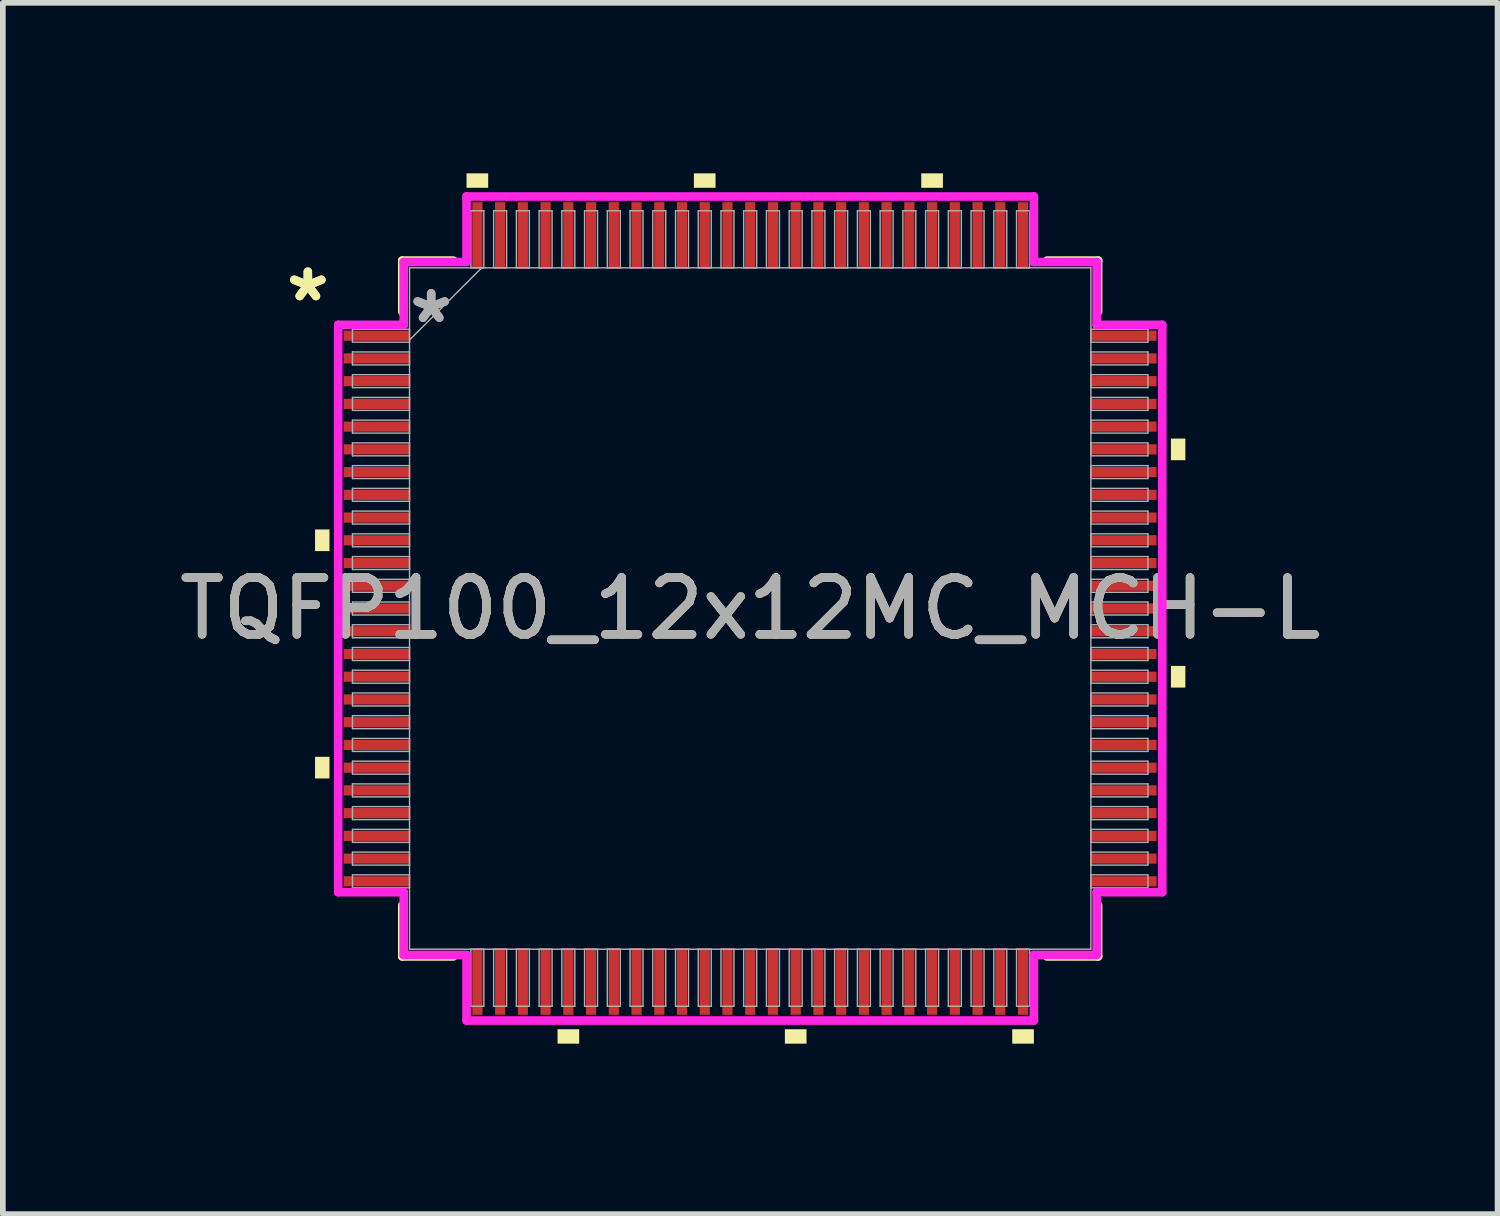
<source format=kicad_pcb>
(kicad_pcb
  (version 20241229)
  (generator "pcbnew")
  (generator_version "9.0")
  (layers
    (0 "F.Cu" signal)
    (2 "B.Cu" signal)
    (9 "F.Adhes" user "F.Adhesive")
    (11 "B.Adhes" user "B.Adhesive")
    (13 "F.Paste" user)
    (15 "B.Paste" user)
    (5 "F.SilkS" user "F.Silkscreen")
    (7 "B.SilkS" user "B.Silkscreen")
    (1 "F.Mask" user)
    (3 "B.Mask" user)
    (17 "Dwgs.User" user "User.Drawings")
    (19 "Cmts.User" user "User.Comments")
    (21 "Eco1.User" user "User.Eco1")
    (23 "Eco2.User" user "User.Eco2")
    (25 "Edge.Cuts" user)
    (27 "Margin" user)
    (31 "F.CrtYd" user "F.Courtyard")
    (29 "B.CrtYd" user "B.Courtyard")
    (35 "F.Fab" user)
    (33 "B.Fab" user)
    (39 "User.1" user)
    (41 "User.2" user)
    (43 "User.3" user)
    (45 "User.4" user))
  (footprint "TQFP100_12x12MC_MCH-L"
    (layer "F.Cu")
    (at 10.149 7.656)
    (property "Reference" "TQFP100_12x12MC_MCH-L" (at 0 0 0) (unlocked yes) (layer "F.SilkS") (effects (font (size 1 1) (thickness 0.15))))
    (attr smd)
    (fp_line (start -6.121 -6.121) (end -6.121 -5.222) (stroke (width 0.152) (type solid)) (layer "F.SilkS"))
    (fp_line (start -6.121 5.222) (end -6.121 6.121) (stroke (width 0.152) (type solid)) (layer "F.SilkS"))
    (fp_line (start -6.121 6.121) (end -5.222 6.121) (stroke (width 0.152) (type solid)) (layer "F.SilkS"))
    (fp_line (start -5.222 -6.121) (end -6.121 -6.121) (stroke (width 0.152) (type solid)) (layer "F.SilkS"))
    (fp_line (start 5.222 6.121) (end 6.121 6.121) (stroke (width 0.152) (type solid)) (layer "F.SilkS"))
    (fp_line (start 6.121 -6.121) (end 5.222 -6.121) (stroke (width 0.152) (type solid)) (layer "F.SilkS"))
    (fp_line (start 6.121 -5.222) (end 6.121 -6.121) (stroke (width 0.152) (type solid)) (layer "F.SilkS"))
    (fp_line (start 6.121 6.121) (end 6.121 5.222) (stroke (width 0.152) (type solid)) (layer "F.SilkS"))
    (fp_poly (pts (xy -7.656 -1.391) (xy -7.656 -1.01) (xy -7.402 -1.01) (xy -7.402 -1.391)) (stroke (width 0) (type solid)) (fill yes) (layer "F.SilkS"))
    (fp_poly (pts (xy -7.656 2.609) (xy -7.656 2.99) (xy -7.402 2.99) (xy -7.402 2.609)) (stroke (width 0) (type solid)) (fill yes) (layer "F.SilkS"))
    (fp_poly (pts (xy -4.991 -7.402) (xy -4.991 -7.656) (xy -4.61 -7.656) (xy -4.61 -7.402)) (stroke (width 0) (type solid)) (fill yes) (layer "F.SilkS"))
    (fp_poly (pts (xy -3.39 7.402) (xy -3.39 7.656) (xy -3.009 7.656) (xy -3.009 7.402)) (stroke (width 0) (type solid)) (fill yes) (layer "F.SilkS"))
    (fp_poly (pts (xy -0.991 -7.402) (xy -0.991 -7.656) (xy -0.61 -7.656) (xy -0.61 -7.402)) (stroke (width 0) (type solid)) (fill yes) (layer "F.SilkS"))
    (fp_poly (pts (xy 0.61 7.402) (xy 0.61 7.656) (xy 0.991 7.656) (xy 0.991 7.402)) (stroke (width 0) (type solid)) (fill yes) (layer "F.SilkS"))
    (fp_poly (pts (xy 3.009 -7.402) (xy 3.009 -7.656) (xy 3.39 -7.656) (xy 3.39 -7.402)) (stroke (width 0) (type solid)) (fill yes) (layer "F.SilkS"))
    (fp_poly (pts (xy 4.61 7.402) (xy 4.61 7.656) (xy 4.991 7.656) (xy 4.991 7.402)) (stroke (width 0) (type solid)) (fill yes) (layer "F.SilkS"))
    (fp_poly (pts (xy 7.656 -2.99) (xy 7.656 -2.609) (xy 7.402 -2.609) (xy 7.402 -2.99)) (stroke (width 0) (type solid)) (fill yes) (layer "F.SilkS"))
    (fp_poly (pts (xy 7.656 1.01) (xy 7.656 1.391) (xy 7.402 1.391) (xy 7.402 1.01)) (stroke (width 0) (type solid)) (fill yes) (layer "F.SilkS"))
    (fp_line (start -7.249 -4.991) (end -6.096 -4.991) (stroke (width 0.152) (type solid)) (layer "F.CrtYd"))
    (fp_line (start -7.249 4.991) (end -7.249 -4.991) (stroke (width 0.152) (type solid)) (layer "F.CrtYd"))
    (fp_line (start -6.096 -6.096) (end -4.991 -6.096) (stroke (width 0.152) (type solid)) (layer "F.CrtYd"))
    (fp_line (start -6.096 -4.991) (end -6.096 -6.096) (stroke (width 0.152) (type solid)) (layer "F.CrtYd"))
    (fp_line (start -6.096 4.991) (end -7.249 4.991) (stroke (width 0.152) (type solid)) (layer "F.CrtYd"))
    (fp_line (start -6.096 6.096) (end -6.096 4.991) (stroke (width 0.152) (type solid)) (layer "F.CrtYd"))
    (fp_line (start -6.096 6.096) (end -4.991 6.096) (stroke (width 0.152) (type solid)) (layer "F.CrtYd"))
    (fp_line (start -4.991 -7.249) (end 4.991 -7.249) (stroke (width 0.152) (type solid)) (layer "F.CrtYd"))
    (fp_line (start -4.991 -6.096) (end -4.991 -7.249) (stroke (width 0.152) (type solid)) (layer "F.CrtYd"))
    (fp_line (start -4.991 6.096) (end -4.991 7.249) (stroke (width 0.152) (type solid)) (layer "F.CrtYd"))
    (fp_line (start -4.991 7.249) (end 4.991 7.249) (stroke (width 0.152) (type solid)) (layer "F.CrtYd"))
    (fp_line (start 4.991 -7.249) (end 4.991 -6.096) (stroke (width 0.152) (type solid)) (layer "F.CrtYd"))
    (fp_line (start 4.991 -6.096) (end 6.096 -6.096) (stroke (width 0.152) (type solid)) (layer "F.CrtYd"))
    (fp_line (start 4.991 6.096) (end 6.096 6.096) (stroke (width 0.152) (type solid)) (layer "F.CrtYd"))
    (fp_line (start 4.991 7.249) (end 4.991 6.096) (stroke (width 0.152) (type solid)) (layer "F.CrtYd"))
    (fp_line (start 6.096 -4.991) (end 6.096 -6.096) (stroke (width 0.152) (type solid)) (layer "F.CrtYd"))
    (fp_line (start 6.096 4.991) (end 7.249 4.991) (stroke (width 0.152) (type solid)) (layer "F.CrtYd"))
    (fp_line (start 6.096 6.096) (end 6.096 4.991) (stroke (width 0.152) (type solid)) (layer "F.CrtYd"))
    (fp_line (start 7.249 -4.991) (end 6.096 -4.991) (stroke (width 0.152) (type solid)) (layer "F.CrtYd"))
    (fp_line (start 7.249 4.991) (end 7.249 -4.991) (stroke (width 0.152) (type solid)) (layer "F.CrtYd"))
    (fp_line (start -6.998 -4.914) (end -6.998 -4.686) (stroke (width 0.025) (type solid)) (layer "F.Fab"))
    (fp_line (start -6.998 -4.686) (end -5.994 -4.686) (stroke (width 0.025) (type solid)) (layer "F.Fab"))
    (fp_line (start -6.998 -4.514) (end -6.998 -4.286) (stroke (width 0.025) (type solid)) (layer "F.Fab"))
    (fp_line (start -6.998 -4.286) (end -5.994 -4.286) (stroke (width 0.025) (type solid)) (layer "F.Fab"))
    (fp_line (start -6.998 -4.114) (end -6.998 -3.886) (stroke (width 0.025) (type solid)) (layer "F.Fab"))
    (fp_line (start -6.998 -3.886) (end -5.994 -3.886) (stroke (width 0.025) (type solid)) (layer "F.Fab"))
    (fp_line (start -6.998 -3.714) (end -6.998 -3.486) (stroke (width 0.025) (type solid)) (layer "F.Fab"))
    (fp_line (start -6.998 -3.486) (end -5.994 -3.486) (stroke (width 0.025) (type solid)) (layer "F.Fab"))
    (fp_line (start -6.998 -3.314) (end -6.998 -3.086) (stroke (width 0.025) (type solid)) (layer "F.Fab"))
    (fp_line (start -6.998 -3.086) (end -5.994 -3.086) (stroke (width 0.025) (type solid)) (layer "F.Fab"))
    (fp_line (start -6.998 -2.914) (end -6.998 -2.686) (stroke (width 0.025) (type solid)) (layer "F.Fab"))
    (fp_line (start -6.998 -2.686) (end -5.994 -2.686) (stroke (width 0.025) (type solid)) (layer "F.Fab"))
    (fp_line (start -6.998 -2.514) (end -6.998 -2.286) (stroke (width 0.025) (type solid)) (layer "F.Fab"))
    (fp_line (start -6.998 -2.286) (end -5.994 -2.286) (stroke (width 0.025) (type solid)) (layer "F.Fab"))
    (fp_line (start -6.998 -2.114) (end -6.998 -1.886) (stroke (width 0.025) (type solid)) (layer "F.Fab"))
    (fp_line (start -6.998 -1.886) (end -5.994 -1.886) (stroke (width 0.025) (type solid)) (layer "F.Fab"))
    (fp_line (start -6.998 -1.714) (end -6.998 -1.486) (stroke (width 0.025) (type solid)) (layer "F.Fab"))
    (fp_line (start -6.998 -1.486) (end -5.994 -1.486) (stroke (width 0.025) (type solid)) (layer "F.Fab"))
    (fp_line (start -6.998 -1.314) (end -6.998 -1.086) (stroke (width 0.025) (type solid)) (layer "F.Fab"))
    (fp_line (start -6.998 -1.086) (end -5.994 -1.086) (stroke (width 0.025) (type solid)) (layer "F.Fab"))
    (fp_line (start -6.998 -0.914) (end -6.998 -0.686) (stroke (width 0.025) (type solid)) (layer "F.Fab"))
    (fp_line (start -6.998 -0.686) (end -5.994 -0.686) (stroke (width 0.025) (type solid)) (layer "F.Fab"))
    (fp_line (start -6.998 -0.514) (end -6.998 -0.286) (stroke (width 0.025) (type solid)) (layer "F.Fab"))
    (fp_line (start -6.998 -0.286) (end -5.994 -0.286) (stroke (width 0.025) (type solid)) (layer "F.Fab"))
    (fp_line (start -6.998 -0.114) (end -6.998 0.114) (stroke (width 0.025) (type solid)) (layer "F.Fab"))
    (fp_line (start -6.998 0.114) (end -5.994 0.114) (stroke (width 0.025) (type solid)) (layer "F.Fab"))
    (fp_line (start -6.998 0.286) (end -6.998 0.514) (stroke (width 0.025) (type solid)) (layer "F.Fab"))
    (fp_line (start -6.998 0.514) (end -5.994 0.514) (stroke (width 0.025) (type solid)) (layer "F.Fab"))
    (fp_line (start -6.998 0.686) (end -6.998 0.914) (stroke (width 0.025) (type solid)) (layer "F.Fab"))
    (fp_line (start -6.998 0.914) (end -5.994 0.914) (stroke (width 0.025) (type solid)) (layer "F.Fab"))
    (fp_line (start -6.998 1.086) (end -6.998 1.314) (stroke (width 0.025) (type solid)) (layer "F.Fab"))
    (fp_line (start -6.998 1.314) (end -5.994 1.314) (stroke (width 0.025) (type solid)) (layer "F.Fab"))
    (fp_line (start -6.998 1.486) (end -6.998 1.714) (stroke (width 0.025) (type solid)) (layer "F.Fab"))
    (fp_line (start -6.998 1.714) (end -5.994 1.714) (stroke (width 0.025) (type solid)) (layer "F.Fab"))
    (fp_line (start -6.998 1.886) (end -6.998 2.114) (stroke (width 0.025) (type solid)) (layer "F.Fab"))
    (fp_line (start -6.998 2.114) (end -5.994 2.114) (stroke (width 0.025) (type solid)) (layer "F.Fab"))
    (fp_line (start -6.998 2.286) (end -6.998 2.514) (stroke (width 0.025) (type solid)) (layer "F.Fab"))
    (fp_line (start -6.998 2.514) (end -5.994 2.514) (stroke (width 0.025) (type solid)) (layer "F.Fab"))
    (fp_line (start -6.998 2.686) (end -6.998 2.914) (stroke (width 0.025) (type solid)) (layer "F.Fab"))
    (fp_line (start -6.998 2.914) (end -5.994 2.914) (stroke (width 0.025) (type solid)) (layer "F.Fab"))
    (fp_line (start -6.998 3.086) (end -6.998 3.314) (stroke (width 0.025) (type solid)) (layer "F.Fab"))
    (fp_line (start -6.998 3.314) (end -5.994 3.314) (stroke (width 0.025) (type solid)) (layer "F.Fab"))
    (fp_line (start -6.998 3.486) (end -6.998 3.714) (stroke (width 0.025) (type solid)) (layer "F.Fab"))
    (fp_line (start -6.998 3.714) (end -5.994 3.714) (stroke (width 0.025) (type solid)) (layer "F.Fab"))
    (fp_line (start -6.998 3.886) (end -6.998 4.114) (stroke (width 0.025) (type solid)) (layer "F.Fab"))
    (fp_line (start -6.998 4.114) (end -5.994 4.114) (stroke (width 0.025) (type solid)) (layer "F.Fab"))
    (fp_line (start -6.998 4.286) (end -6.998 4.514) (stroke (width 0.025) (type solid)) (layer "F.Fab"))
    (fp_line (start -6.998 4.514) (end -5.994 4.514) (stroke (width 0.025) (type solid)) (layer "F.Fab"))
    (fp_line (start -6.998 4.686) (end -6.998 4.914) (stroke (width 0.025) (type solid)) (layer "F.Fab"))
    (fp_line (start -6.998 4.914) (end -5.994 4.914) (stroke (width 0.025) (type solid)) (layer "F.Fab"))
    (fp_line (start -5.994 -5.994) (end -5.994 5.994) (stroke (width 0.025) (type solid)) (layer "F.Fab"))
    (fp_line (start -5.994 -4.914) (end -6.998 -4.914) (stroke (width 0.025) (type solid)) (layer "F.Fab"))
    (fp_line (start -5.994 -4.724) (end -4.724 -5.994) (stroke (width 0.025) (type solid)) (layer "F.Fab"))
    (fp_line (start -5.994 -4.686) (end -5.994 -4.914) (stroke (width 0.025) (type solid)) (layer "F.Fab"))
    (fp_line (start -5.994 -4.514) (end -6.998 -4.514) (stroke (width 0.025) (type solid)) (layer "F.Fab"))
    (fp_line (start -5.994 -4.286) (end -5.994 -4.514) (stroke (width 0.025) (type solid)) (layer "F.Fab"))
    (fp_line (start -5.994 -4.114) (end -6.998 -4.114) (stroke (width 0.025) (type solid)) (layer "F.Fab"))
    (fp_line (start -5.994 -3.886) (end -5.994 -4.114) (stroke (width 0.025) (type solid)) (layer "F.Fab"))
    (fp_line (start -5.994 -3.714) (end -6.998 -3.714) (stroke (width 0.025) (type solid)) (layer "F.Fab"))
    (fp_line (start -5.994 -3.486) (end -5.994 -3.714) (stroke (width 0.025) (type solid)) (layer "F.Fab"))
    (fp_line (start -5.994 -3.314) (end -6.998 -3.314) (stroke (width 0.025) (type solid)) (layer "F.Fab"))
    (fp_line (start -5.994 -3.086) (end -5.994 -3.314) (stroke (width 0.025) (type solid)) (layer "F.Fab"))
    (fp_line (start -5.994 -2.914) (end -6.998 -2.914) (stroke (width 0.025) (type solid)) (layer "F.Fab"))
    (fp_line (start -5.994 -2.686) (end -5.994 -2.914) (stroke (width 0.025) (type solid)) (layer "F.Fab"))
    (fp_line (start -5.994 -2.514) (end -6.998 -2.514) (stroke (width 0.025) (type solid)) (layer "F.Fab"))
    (fp_line (start -5.994 -2.286) (end -5.994 -2.514) (stroke (width 0.025) (type solid)) (layer "F.Fab"))
    (fp_line (start -5.994 -2.114) (end -6.998 -2.114) (stroke (width 0.025) (type solid)) (layer "F.Fab"))
    (fp_line (start -5.994 -1.886) (end -5.994 -2.114) (stroke (width 0.025) (type solid)) (layer "F.Fab"))
    (fp_line (start -5.994 -1.714) (end -6.998 -1.714) (stroke (width 0.025) (type solid)) (layer "F.Fab"))
    (fp_line (start -5.994 -1.486) (end -5.994 -1.714) (stroke (width 0.025) (type solid)) (layer "F.Fab"))
    (fp_line (start -5.994 -1.314) (end -6.998 -1.314) (stroke (width 0.025) (type solid)) (layer "F.Fab"))
    (fp_line (start -5.994 -1.086) (end -5.994 -1.314) (stroke (width 0.025) (type solid)) (layer "F.Fab"))
    (fp_line (start -5.994 -0.914) (end -6.998 -0.914) (stroke (width 0.025) (type solid)) (layer "F.Fab"))
    (fp_line (start -5.994 -0.686) (end -5.994 -0.914) (stroke (width 0.025) (type solid)) (layer "F.Fab"))
    (fp_line (start -5.994 -0.514) (end -6.998 -0.514) (stroke (width 0.025) (type solid)) (layer "F.Fab"))
    (fp_line (start -5.994 -0.286) (end -5.994 -0.514) (stroke (width 0.025) (type solid)) (layer "F.Fab"))
    (fp_line (start -5.994 -0.114) (end -6.998 -0.114) (stroke (width 0.025) (type solid)) (layer "F.Fab"))
    (fp_line (start -5.994 0.114) (end -5.994 -0.114) (stroke (width 0.025) (type solid)) (layer "F.Fab"))
    (fp_line (start -5.994 0.286) (end -6.998 0.286) (stroke (width 0.025) (type solid)) (layer "F.Fab"))
    (fp_line (start -5.994 0.514) (end -5.994 0.286) (stroke (width 0.025) (type solid)) (layer "F.Fab"))
    (fp_line (start -5.994 0.686) (end -6.998 0.686) (stroke (width 0.025) (type solid)) (layer "F.Fab"))
    (fp_line (start -5.994 0.914) (end -5.994 0.686) (stroke (width 0.025) (type solid)) (layer "F.Fab"))
    (fp_line (start -5.994 1.086) (end -6.998 1.086) (stroke (width 0.025) (type solid)) (layer "F.Fab"))
    (fp_line (start -5.994 1.314) (end -5.994 1.086) (stroke (width 0.025) (type solid)) (layer "F.Fab"))
    (fp_line (start -5.994 1.486) (end -6.998 1.486) (stroke (width 0.025) (type solid)) (layer "F.Fab"))
    (fp_line (start -5.994 1.714) (end -5.994 1.486) (stroke (width 0.025) (type solid)) (layer "F.Fab"))
    (fp_line (start -5.994 1.886) (end -6.998 1.886) (stroke (width 0.025) (type solid)) (layer "F.Fab"))
    (fp_line (start -5.994 2.114) (end -5.994 1.886) (stroke (width 0.025) (type solid)) (layer "F.Fab"))
    (fp_line (start -5.994 2.286) (end -6.998 2.286) (stroke (width 0.025) (type solid)) (layer "F.Fab"))
    (fp_line (start -5.994 2.514) (end -5.994 2.286) (stroke (width 0.025) (type solid)) (layer "F.Fab"))
    (fp_line (start -5.994 2.686) (end -6.998 2.686) (stroke (width 0.025) (type solid)) (layer "F.Fab"))
    (fp_line (start -5.994 2.914) (end -5.994 2.686) (stroke (width 0.025) (type solid)) (layer "F.Fab"))
    (fp_line (start -5.994 3.086) (end -6.998 3.086) (stroke (width 0.025) (type solid)) (layer "F.Fab"))
    (fp_line (start -5.994 3.314) (end -5.994 3.086) (stroke (width 0.025) (type solid)) (layer "F.Fab"))
    (fp_line (start -5.994 3.486) (end -6.998 3.486) (stroke (width 0.025) (type solid)) (layer "F.Fab"))
    (fp_line (start -5.994 3.714) (end -5.994 3.486) (stroke (width 0.025) (type solid)) (layer "F.Fab"))
    (fp_line (start -5.994 3.886) (end -6.998 3.886) (stroke (width 0.025) (type solid)) (layer "F.Fab"))
    (fp_line (start -5.994 4.114) (end -5.994 3.886) (stroke (width 0.025) (type solid)) (layer "F.Fab"))
    (fp_line (start -5.994 4.286) (end -6.998 4.286) (stroke (width 0.025) (type solid)) (layer "F.Fab"))
    (fp_line (start -5.994 4.514) (end -5.994 4.286) (stroke (width 0.025) (type solid)) (layer "F.Fab"))
    (fp_line (start -5.994 4.686) (end -6.998 4.686) (stroke (width 0.025) (type solid)) (layer "F.Fab"))
    (fp_line (start -5.994 4.914) (end -5.994 4.686) (stroke (width 0.025) (type solid)) (layer "F.Fab"))
    (fp_line (start -5.994 5.994) (end 5.994 5.994) (stroke (width 0.025) (type solid)) (layer "F.Fab"))
    (fp_line (start -4.914 5.994) (end -4.914 6.998) (stroke (width 0.025) (type solid)) (layer "F.Fab"))
    (fp_line (start -4.914 6.998) (end -4.686 6.998) (stroke (width 0.025) (type solid)) (layer "F.Fab"))
    (fp_line (start -4.914 -6.998) (end -4.914 -5.994) (stroke (width 0.025) (type solid)) (layer "F.Fab"))
    (fp_line (start -4.914 -5.994) (end -4.686 -5.994) (stroke (width 0.025) (type solid)) (layer "F.Fab"))
    (fp_line (start -4.686 5.994) (end -4.914 5.994) (stroke (width 0.025) (type solid)) (layer "F.Fab"))
    (fp_line (start -4.686 6.998) (end -4.686 5.994) (stroke (width 0.025) (type solid)) (layer "F.Fab"))
    (fp_line (start -4.686 -6.998) (end -4.914 -6.998) (stroke (width 0.025) (type solid)) (layer "F.Fab"))
    (fp_line (start -4.686 -5.994) (end -4.686 -6.998) (stroke (width 0.025) (type solid)) (layer "F.Fab"))
    (fp_line (start -4.514 5.994) (end -4.514 6.998) (stroke (width 0.025) (type solid)) (layer "F.Fab"))
    (fp_line (start -4.514 6.998) (end -4.286 6.998) (stroke (width 0.025) (type solid)) (layer "F.Fab"))
    (fp_line (start -4.514 -6.998) (end -4.514 -5.994) (stroke (width 0.025) (type solid)) (layer "F.Fab"))
    (fp_line (start -4.514 -5.994) (end -4.286 -5.994) (stroke (width 0.025) (type solid)) (layer "F.Fab"))
    (fp_line (start -4.286 5.994) (end -4.514 5.994) (stroke (width 0.025) (type solid)) (layer "F.Fab"))
    (fp_line (start -4.286 6.998) (end -4.286 5.994) (stroke (width 0.025) (type solid)) (layer "F.Fab"))
    (fp_line (start -4.286 -6.998) (end -4.514 -6.998) (stroke (width 0.025) (type solid)) (layer "F.Fab"))
    (fp_line (start -4.286 -5.994) (end -4.286 -6.998) (stroke (width 0.025) (type solid)) (layer "F.Fab"))
    (fp_line (start -4.114 5.994) (end -4.114 6.998) (stroke (width 0.025) (type solid)) (layer "F.Fab"))
    (fp_line (start -4.114 6.998) (end -3.886 6.998) (stroke (width 0.025) (type solid)) (layer "F.Fab"))
    (fp_line (start -4.114 -6.998) (end -4.114 -5.994) (stroke (width 0.025) (type solid)) (layer "F.Fab"))
    (fp_line (start -4.114 -5.994) (end -3.886 -5.994) (stroke (width 0.025) (type solid)) (layer "F.Fab"))
    (fp_line (start -3.886 5.994) (end -4.114 5.994) (stroke (width 0.025) (type solid)) (layer "F.Fab"))
    (fp_line (start -3.886 6.998) (end -3.886 5.994) (stroke (width 0.025) (type solid)) (layer "F.Fab"))
    (fp_line (start -3.886 -6.998) (end -4.114 -6.998) (stroke (width 0.025) (type solid)) (layer "F.Fab"))
    (fp_line (start -3.886 -5.994) (end -3.886 -6.998) (stroke (width 0.025) (type solid)) (layer "F.Fab"))
    (fp_line (start -3.714 5.994) (end -3.714 6.998) (stroke (width 0.025) (type solid)) (layer "F.Fab"))
    (fp_line (start -3.714 6.998) (end -3.486 6.998) (stroke (width 0.025) (type solid)) (layer "F.Fab"))
    (fp_line (start -3.714 -6.998) (end -3.714 -5.994) (stroke (width 0.025) (type solid)) (layer "F.Fab"))
    (fp_line (start -3.714 -5.994) (end -3.486 -5.994) (stroke (width 0.025) (type solid)) (layer "F.Fab"))
    (fp_line (start -3.486 5.994) (end -3.714 5.994) (stroke (width 0.025) (type solid)) (layer "F.Fab"))
    (fp_line (start -3.486 6.998) (end -3.486 5.994) (stroke (width 0.025) (type solid)) (layer "F.Fab"))
    (fp_line (start -3.486 -6.998) (end -3.714 -6.998) (stroke (width 0.025) (type solid)) (layer "F.Fab"))
    (fp_line (start -3.486 -5.994) (end -3.486 -6.998) (stroke (width 0.025) (type solid)) (layer "F.Fab"))
    (fp_line (start -3.314 5.994) (end -3.314 6.998) (stroke (width 0.025) (type solid)) (layer "F.Fab"))
    (fp_line (start -3.314 6.998) (end -3.086 6.998) (stroke (width 0.025) (type solid)) (layer "F.Fab"))
    (fp_line (start -3.314 -6.998) (end -3.314 -5.994) (stroke (width 0.025) (type solid)) (layer "F.Fab"))
    (fp_line (start -3.314 -5.994) (end -3.086 -5.994) (stroke (width 0.025) (type solid)) (layer "F.Fab"))
    (fp_line (start -3.086 5.994) (end -3.314 5.994) (stroke (width 0.025) (type solid)) (layer "F.Fab"))
    (fp_line (start -3.086 6.998) (end -3.086 5.994) (stroke (width 0.025) (type solid)) (layer "F.Fab"))
    (fp_line (start -3.086 -6.998) (end -3.314 -6.998) (stroke (width 0.025) (type solid)) (layer "F.Fab"))
    (fp_line (start -3.086 -5.994) (end -3.086 -6.998) (stroke (width 0.025) (type solid)) (layer "F.Fab"))
    (fp_line (start -2.914 5.994) (end -2.914 6.998) (stroke (width 0.025) (type solid)) (layer "F.Fab"))
    (fp_line (start -2.914 6.998) (end -2.686 6.998) (stroke (width 0.025) (type solid)) (layer "F.Fab"))
    (fp_line (start -2.914 -6.998) (end -2.914 -5.994) (stroke (width 0.025) (type solid)) (layer "F.Fab"))
    (fp_line (start -2.914 -5.994) (end -2.686 -5.994) (stroke (width 0.025) (type solid)) (layer "F.Fab"))
    (fp_line (start -2.686 5.994) (end -2.914 5.994) (stroke (width 0.025) (type solid)) (layer "F.Fab"))
    (fp_line (start -2.686 6.998) (end -2.686 5.994) (stroke (width 0.025) (type solid)) (layer "F.Fab"))
    (fp_line (start -2.686 -6.998) (end -2.914 -6.998) (stroke (width 0.025) (type solid)) (layer "F.Fab"))
    (fp_line (start -2.686 -5.994) (end -2.686 -6.998) (stroke (width 0.025) (type solid)) (layer "F.Fab"))
    (fp_line (start -2.514 -6.998) (end -2.514 -5.994) (stroke (width 0.025) (type solid)) (layer "F.Fab"))
    (fp_line (start -2.514 -5.994) (end -2.286 -5.994) (stroke (width 0.025) (type solid)) (layer "F.Fab"))
    (fp_line (start -2.514 5.994) (end -2.514 6.998) (stroke (width 0.025) (type solid)) (layer "F.Fab"))
    (fp_line (start -2.514 6.998) (end -2.286 6.998) (stroke (width 0.025) (type solid)) (layer "F.Fab"))
    (fp_line (start -2.286 -6.998) (end -2.514 -6.998) (stroke (width 0.025) (type solid)) (layer "F.Fab"))
    (fp_line (start -2.286 -5.994) (end -2.286 -6.998) (stroke (width 0.025) (type solid)) (layer "F.Fab"))
    (fp_line (start -2.286 5.994) (end -2.514 5.994) (stroke (width 0.025) (type solid)) (layer "F.Fab"))
    (fp_line (start -2.286 6.998) (end -2.286 5.994) (stroke (width 0.025) (type solid)) (layer "F.Fab"))
    (fp_line (start -2.114 -6.998) (end -2.114 -5.994) (stroke (width 0.025) (type solid)) (layer "F.Fab"))
    (fp_line (start -2.114 -5.994) (end -1.886 -5.994) (stroke (width 0.025) (type solid)) (layer "F.Fab"))
    (fp_line (start -2.114 5.994) (end -2.114 6.998) (stroke (width 0.025) (type solid)) (layer "F.Fab"))
    (fp_line (start -2.114 6.998) (end -1.886 6.998) (stroke (width 0.025) (type solid)) (layer "F.Fab"))
    (fp_line (start -1.886 -6.998) (end -2.114 -6.998) (stroke (width 0.025) (type solid)) (layer "F.Fab"))
    (fp_line (start -1.886 -5.994) (end -1.886 -6.998) (stroke (width 0.025) (type solid)) (layer "F.Fab"))
    (fp_line (start -1.886 5.994) (end -2.114 5.994) (stroke (width 0.025) (type solid)) (layer "F.Fab"))
    (fp_line (start -1.886 6.998) (end -1.886 5.994) (stroke (width 0.025) (type solid)) (layer "F.Fab"))
    (fp_line (start -1.714 -6.998) (end -1.714 -5.994) (stroke (width 0.025) (type solid)) (layer "F.Fab"))
    (fp_line (start -1.714 -5.994) (end -1.486 -5.994) (stroke (width 0.025) (type solid)) (layer "F.Fab"))
    (fp_line (start -1.714 5.994) (end -1.714 6.998) (stroke (width 0.025) (type solid)) (layer "F.Fab"))
    (fp_line (start -1.714 6.998) (end -1.486 6.998) (stroke (width 0.025) (type solid)) (layer "F.Fab"))
    (fp_line (start -1.486 -6.998) (end -1.714 -6.998) (stroke (width 0.025) (type solid)) (layer "F.Fab"))
    (fp_line (start -1.486 -5.994) (end -1.486 -6.998) (stroke (width 0.025) (type solid)) (layer "F.Fab"))
    (fp_line (start -1.486 5.994) (end -1.714 5.994) (stroke (width 0.025) (type solid)) (layer "F.Fab"))
    (fp_line (start -1.486 6.998) (end -1.486 5.994) (stroke (width 0.025) (type solid)) (layer "F.Fab"))
    (fp_line (start -1.314 -6.998) (end -1.314 -5.994) (stroke (width 0.025) (type solid)) (layer "F.Fab"))
    (fp_line (start -1.314 -5.994) (end -1.086 -5.994) (stroke (width 0.025) (type solid)) (layer "F.Fab"))
    (fp_line (start -1.314 5.994) (end -1.314 6.998) (stroke (width 0.025) (type solid)) (layer "F.Fab"))
    (fp_line (start -1.314 6.998) (end -1.086 6.998) (stroke (width 0.025) (type solid)) (layer "F.Fab"))
    (fp_line (start -1.086 -6.998) (end -1.314 -6.998) (stroke (width 0.025) (type solid)) (layer "F.Fab"))
    (fp_line (start -1.086 -5.994) (end -1.086 -6.998) (stroke (width 0.025) (type solid)) (layer "F.Fab"))
    (fp_line (start -1.086 5.994) (end -1.314 5.994) (stroke (width 0.025) (type solid)) (layer "F.Fab"))
    (fp_line (start -1.086 6.998) (end -1.086 5.994) (stroke (width 0.025) (type solid)) (layer "F.Fab"))
    (fp_line (start -0.914 -6.998) (end -0.914 -5.994) (stroke (width 0.025) (type solid)) (layer "F.Fab"))
    (fp_line (start -0.914 -5.994) (end -0.686 -5.994) (stroke (width 0.025) (type solid)) (layer "F.Fab"))
    (fp_line (start -0.914 5.994) (end -0.914 6.998) (stroke (width 0.025) (type solid)) (layer "F.Fab"))
    (fp_line (start -0.914 6.998) (end -0.686 6.998) (stroke (width 0.025) (type solid)) (layer "F.Fab"))
    (fp_line (start -0.686 -6.998) (end -0.914 -6.998) (stroke (width 0.025) (type solid)) (layer "F.Fab"))
    (fp_line (start -0.686 -5.994) (end -0.686 -6.998) (stroke (width 0.025) (type solid)) (layer "F.Fab"))
    (fp_line (start -0.686 5.994) (end -0.914 5.994) (stroke (width 0.025) (type solid)) (layer "F.Fab"))
    (fp_line (start -0.686 6.998) (end -0.686 5.994) (stroke (width 0.025) (type solid)) (layer "F.Fab"))
    (fp_line (start -0.514 -6.998) (end -0.514 -5.994) (stroke (width 0.025) (type solid)) (layer "F.Fab"))
    (fp_line (start -0.514 -5.994) (end -0.286 -5.994) (stroke (width 0.025) (type solid)) (layer "F.Fab"))
    (fp_line (start -0.514 5.994) (end -0.514 6.998) (stroke (width 0.025) (type solid)) (layer "F.Fab"))
    (fp_line (start -0.514 6.998) (end -0.286 6.998) (stroke (width 0.025) (type solid)) (layer "F.Fab"))
    (fp_line (start -0.286 -6.998) (end -0.514 -6.998) (stroke (width 0.025) (type solid)) (layer "F.Fab"))
    (fp_line (start -0.286 -5.994) (end -0.286 -6.998) (stroke (width 0.025) (type solid)) (layer "F.Fab"))
    (fp_line (start -0.286 5.994) (end -0.514 5.994) (stroke (width 0.025) (type solid)) (layer "F.Fab"))
    (fp_line (start -0.286 6.998) (end -0.286 5.994) (stroke (width 0.025) (type solid)) (layer "F.Fab"))
    (fp_line (start -0.114 -6.998) (end -0.114 -5.994) (stroke (width 0.025) (type solid)) (layer "F.Fab"))
    (fp_line (start -0.114 -5.994) (end 0.114 -5.994) (stroke (width 0.025) (type solid)) (layer "F.Fab"))
    (fp_line (start -0.114 5.994) (end -0.114 6.998) (stroke (width 0.025) (type solid)) (layer "F.Fab"))
    (fp_line (start -0.114 6.998) (end 0.114 6.998) (stroke (width 0.025) (type solid)) (layer "F.Fab"))
    (fp_line (start 0.114 -6.998) (end -0.114 -6.998) (stroke (width 0.025) (type solid)) (layer "F.Fab"))
    (fp_line (start 0.114 -5.994) (end 0.114 -6.998) (stroke (width 0.025) (type solid)) (layer "F.Fab"))
    (fp_line (start 0.114 5.994) (end -0.114 5.994) (stroke (width 0.025) (type solid)) (layer "F.Fab"))
    (fp_line (start 0.114 6.998) (end 0.114 5.994) (stroke (width 0.025) (type solid)) (layer "F.Fab"))
    (fp_line (start 0.286 -6.998) (end 0.286 -5.994) (stroke (width 0.025) (type solid)) (layer "F.Fab"))
    (fp_line (start 0.286 -5.994) (end 0.514 -5.994) (stroke (width 0.025) (type solid)) (layer "F.Fab"))
    (fp_line (start 0.286 5.994) (end 0.286 6.998) (stroke (width 0.025) (type solid)) (layer "F.Fab"))
    (fp_line (start 0.286 6.998) (end 0.514 6.998) (stroke (width 0.025) (type solid)) (layer "F.Fab"))
    (fp_line (start 0.514 -6.998) (end 0.286 -6.998) (stroke (width 0.025) (type solid)) (layer "F.Fab"))
    (fp_line (start 0.514 -5.994) (end 0.514 -6.998) (stroke (width 0.025) (type solid)) (layer "F.Fab"))
    (fp_line (start 0.514 5.994) (end 0.286 5.994) (stroke (width 0.025) (type solid)) (layer "F.Fab"))
    (fp_line (start 0.514 6.998) (end 0.514 5.994) (stroke (width 0.025) (type solid)) (layer "F.Fab"))
    (fp_line (start 0.686 -6.998) (end 0.686 -5.994) (stroke (width 0.025) (type solid)) (layer "F.Fab"))
    (fp_line (start 0.686 -5.994) (end 0.914 -5.994) (stroke (width 0.025) (type solid)) (layer "F.Fab"))
    (fp_line (start 0.686 5.994) (end 0.686 6.998) (stroke (width 0.025) (type solid)) (layer "F.Fab"))
    (fp_line (start 0.686 6.998) (end 0.914 6.998) (stroke (width 0.025) (type solid)) (layer "F.Fab"))
    (fp_line (start 0.914 -6.998) (end 0.686 -6.998) (stroke (width 0.025) (type solid)) (layer "F.Fab"))
    (fp_line (start 0.914 -5.994) (end 0.914 -6.998) (stroke (width 0.025) (type solid)) (layer "F.Fab"))
    (fp_line (start 0.914 5.994) (end 0.686 5.994) (stroke (width 0.025) (type solid)) (layer "F.Fab"))
    (fp_line (start 0.914 6.998) (end 0.914 5.994) (stroke (width 0.025) (type solid)) (layer "F.Fab"))
    (fp_line (start 1.086 -6.998) (end 1.086 -5.994) (stroke (width 0.025) (type solid)) (layer "F.Fab"))
    (fp_line (start 1.086 -5.994) (end 1.314 -5.994) (stroke (width 0.025) (type solid)) (layer "F.Fab"))
    (fp_line (start 1.086 5.994) (end 1.086 6.998) (stroke (width 0.025) (type solid)) (layer "F.Fab"))
    (fp_line (start 1.086 6.998) (end 1.314 6.998) (stroke (width 0.025) (type solid)) (layer "F.Fab"))
    (fp_line (start 1.314 -6.998) (end 1.086 -6.998) (stroke (width 0.025) (type solid)) (layer "F.Fab"))
    (fp_line (start 1.314 -5.994) (end 1.314 -6.998) (stroke (width 0.025) (type solid)) (layer "F.Fab"))
    (fp_line (start 1.314 5.994) (end 1.086 5.994) (stroke (width 0.025) (type solid)) (layer "F.Fab"))
    (fp_line (start 1.314 6.998) (end 1.314 5.994) (stroke (width 0.025) (type solid)) (layer "F.Fab"))
    (fp_line (start 1.486 -6.998) (end 1.486 -5.994) (stroke (width 0.025) (type solid)) (layer "F.Fab"))
    (fp_line (start 1.486 -5.994) (end 1.714 -5.994) (stroke (width 0.025) (type solid)) (layer "F.Fab"))
    (fp_line (start 1.486 5.994) (end 1.486 6.998) (stroke (width 0.025) (type solid)) (layer "F.Fab"))
    (fp_line (start 1.486 6.998) (end 1.714 6.998) (stroke (width 0.025) (type solid)) (layer "F.Fab"))
    (fp_line (start 1.714 -6.998) (end 1.486 -6.998) (stroke (width 0.025) (type solid)) (layer "F.Fab"))
    (fp_line (start 1.714 -5.994) (end 1.714 -6.998) (stroke (width 0.025) (type solid)) (layer "F.Fab"))
    (fp_line (start 1.714 5.994) (end 1.486 5.994) (stroke (width 0.025) (type solid)) (layer "F.Fab"))
    (fp_line (start 1.714 6.998) (end 1.714 5.994) (stroke (width 0.025) (type solid)) (layer "F.Fab"))
    (fp_line (start 1.886 -6.998) (end 1.886 -5.994) (stroke (width 0.025) (type solid)) (layer "F.Fab"))
    (fp_line (start 1.886 -5.994) (end 2.114 -5.994) (stroke (width 0.025) (type solid)) (layer "F.Fab"))
    (fp_line (start 1.886 5.994) (end 1.886 6.998) (stroke (width 0.025) (type solid)) (layer "F.Fab"))
    (fp_line (start 1.886 6.998) (end 2.114 6.998) (stroke (width 0.025) (type solid)) (layer "F.Fab"))
    (fp_line (start 2.114 -6.998) (end 1.886 -6.998) (stroke (width 0.025) (type solid)) (layer "F.Fab"))
    (fp_line (start 2.114 -5.994) (end 2.114 -6.998) (stroke (width 0.025) (type solid)) (layer "F.Fab"))
    (fp_line (start 2.114 5.994) (end 1.886 5.994) (stroke (width 0.025) (type solid)) (layer "F.Fab"))
    (fp_line (start 2.114 6.998) (end 2.114 5.994) (stroke (width 0.025) (type solid)) (layer "F.Fab"))
    (fp_line (start 2.286 -6.998) (end 2.286 -5.994) (stroke (width 0.025) (type solid)) (layer "F.Fab"))
    (fp_line (start 2.286 -5.994) (end 2.514 -5.994) (stroke (width 0.025) (type solid)) (layer "F.Fab"))
    (fp_line (start 2.286 5.994) (end 2.286 6.998) (stroke (width 0.025) (type solid)) (layer "F.Fab"))
    (fp_line (start 2.286 6.998) (end 2.514 6.998) (stroke (width 0.025) (type solid)) (layer "F.Fab"))
    (fp_line (start 2.514 -6.998) (end 2.286 -6.998) (stroke (width 0.025) (type solid)) (layer "F.Fab"))
    (fp_line (start 2.514 -5.994) (end 2.514 -6.998) (stroke (width 0.025) (type solid)) (layer "F.Fab"))
    (fp_line (start 2.514 5.994) (end 2.286 5.994) (stroke (width 0.025) (type solid)) (layer "F.Fab"))
    (fp_line (start 2.514 6.998) (end 2.514 5.994) (stroke (width 0.025) (type solid)) (layer "F.Fab"))
    (fp_line (start 2.686 5.994) (end 2.686 6.998) (stroke (width 0.025) (type solid)) (layer "F.Fab"))
    (fp_line (start 2.686 6.998) (end 2.914 6.998) (stroke (width 0.025) (type solid)) (layer "F.Fab"))
    (fp_line (start 2.686 -6.998) (end 2.686 -5.994) (stroke (width 0.025) (type solid)) (layer "F.Fab"))
    (fp_line (start 2.686 -5.994) (end 2.914 -5.994) (stroke (width 0.025) (type solid)) (layer "F.Fab"))
    (fp_line (start 2.914 5.994) (end 2.686 5.994) (stroke (width 0.025) (type solid)) (layer "F.Fab"))
    (fp_line (start 2.914 6.998) (end 2.914 5.994) (stroke (width 0.025) (type solid)) (layer "F.Fab"))
    (fp_line (start 2.914 -6.998) (end 2.686 -6.998) (stroke (width 0.025) (type solid)) (layer "F.Fab"))
    (fp_line (start 2.914 -5.994) (end 2.914 -6.998) (stroke (width 0.025) (type solid)) (layer "F.Fab"))
    (fp_line (start 3.086 5.994) (end 3.086 6.998) (stroke (width 0.025) (type solid)) (layer "F.Fab"))
    (fp_line (start 3.086 6.998) (end 3.314 6.998) (stroke (width 0.025) (type solid)) (layer "F.Fab"))
    (fp_line (start 3.086 -6.998) (end 3.086 -5.994) (stroke (width 0.025) (type solid)) (layer "F.Fab"))
    (fp_line (start 3.086 -5.994) (end 3.314 -5.994) (stroke (width 0.025) (type solid)) (layer "F.Fab"))
    (fp_line (start 3.314 5.994) (end 3.086 5.994) (stroke (width 0.025) (type solid)) (layer "F.Fab"))
    (fp_line (start 3.314 6.998) (end 3.314 5.994) (stroke (width 0.025) (type solid)) (layer "F.Fab"))
    (fp_line (start 3.314 -6.998) (end 3.086 -6.998) (stroke (width 0.025) (type solid)) (layer "F.Fab"))
    (fp_line (start 3.314 -5.994) (end 3.314 -6.998) (stroke (width 0.025) (type solid)) (layer "F.Fab"))
    (fp_line (start 3.486 5.994) (end 3.486 6.998) (stroke (width 0.025) (type solid)) (layer "F.Fab"))
    (fp_line (start 3.486 6.998) (end 3.714 6.998) (stroke (width 0.025) (type solid)) (layer "F.Fab"))
    (fp_line (start 3.486 -6.998) (end 3.486 -5.994) (stroke (width 0.025) (type solid)) (layer "F.Fab"))
    (fp_line (start 3.486 -5.994) (end 3.714 -5.994) (stroke (width 0.025) (type solid)) (layer "F.Fab"))
    (fp_line (start 3.714 5.994) (end 3.486 5.994) (stroke (width 0.025) (type solid)) (layer "F.Fab"))
    (fp_line (start 3.714 6.998) (end 3.714 5.994) (stroke (width 0.025) (type solid)) (layer "F.Fab"))
    (fp_line (start 3.714 -6.998) (end 3.486 -6.998) (stroke (width 0.025) (type solid)) (layer "F.Fab"))
    (fp_line (start 3.714 -5.994) (end 3.714 -6.998) (stroke (width 0.025) (type solid)) (layer "F.Fab"))
    (fp_line (start 3.886 5.994) (end 3.886 6.998) (stroke (width 0.025) (type solid)) (layer "F.Fab"))
    (fp_line (start 3.886 6.998) (end 4.114 6.998) (stroke (width 0.025) (type solid)) (layer "F.Fab"))
    (fp_line (start 3.886 -6.998) (end 3.886 -5.994) (stroke (width 0.025) (type solid)) (layer "F.Fab"))
    (fp_line (start 3.886 -5.994) (end 4.114 -5.994) (stroke (width 0.025) (type solid)) (layer "F.Fab"))
    (fp_line (start 4.114 5.994) (end 3.886 5.994) (stroke (width 0.025) (type solid)) (layer "F.Fab"))
    (fp_line (start 4.114 6.998) (end 4.114 5.994) (stroke (width 0.025) (type solid)) (layer "F.Fab"))
    (fp_line (start 4.114 -6.998) (end 3.886 -6.998) (stroke (width 0.025) (type solid)) (layer "F.Fab"))
    (fp_line (start 4.114 -5.994) (end 4.114 -6.998) (stroke (width 0.025) (type solid)) (layer "F.Fab"))
    (fp_line (start 4.286 5.994) (end 4.286 6.998) (stroke (width 0.025) (type solid)) (layer "F.Fab"))
    (fp_line (start 4.286 6.998) (end 4.514 6.998) (stroke (width 0.025) (type solid)) (layer "F.Fab"))
    (fp_line (start 4.286 -6.998) (end 4.286 -5.994) (stroke (width 0.025) (type solid)) (layer "F.Fab"))
    (fp_line (start 4.286 -5.994) (end 4.514 -5.994) (stroke (width 0.025) (type solid)) (layer "F.Fab"))
    (fp_line (start 4.514 5.994) (end 4.286 5.994) (stroke (width 0.025) (type solid)) (layer "F.Fab"))
    (fp_line (start 4.514 6.998) (end 4.514 5.994) (stroke (width 0.025) (type solid)) (layer "F.Fab"))
    (fp_line (start 4.514 -6.998) (end 4.286 -6.998) (stroke (width 0.025) (type solid)) (layer "F.Fab"))
    (fp_line (start 4.514 -5.994) (end 4.514 -6.998) (stroke (width 0.025) (type solid)) (layer "F.Fab"))
    (fp_line (start 4.686 5.994) (end 4.686 6.998) (stroke (width 0.025) (type solid)) (layer "F.Fab"))
    (fp_line (start 4.686 6.998) (end 4.914 6.998) (stroke (width 0.025) (type solid)) (layer "F.Fab"))
    (fp_line (start 4.686 -6.998) (end 4.686 -5.994) (stroke (width 0.025) (type solid)) (layer "F.Fab"))
    (fp_line (start 4.686 -5.994) (end 4.914 -5.994) (stroke (width 0.025) (type solid)) (layer "F.Fab"))
    (fp_line (start 4.914 5.994) (end 4.686 5.994) (stroke (width 0.025) (type solid)) (layer "F.Fab"))
    (fp_line (start 4.914 6.998) (end 4.914 5.994) (stroke (width 0.025) (type solid)) (layer "F.Fab"))
    (fp_line (start 4.914 -6.998) (end 4.686 -6.998) (stroke (width 0.025) (type solid)) (layer "F.Fab"))
    (fp_line (start 4.914 -5.994) (end 4.914 -6.998) (stroke (width 0.025) (type solid)) (layer "F.Fab"))
    (fp_line (start 5.994 -5.994) (end -5.994 -5.994) (stroke (width 0.025) (type solid)) (layer "F.Fab"))
    (fp_line (start 5.994 -4.914) (end 5.994 -4.686) (stroke (width 0.025) (type solid)) (layer "F.Fab"))
    (fp_line (start 5.994 -4.686) (end 6.998 -4.686) (stroke (width 0.025) (type solid)) (layer "F.Fab"))
    (fp_line (start 5.994 -4.514) (end 5.994 -4.286) (stroke (width 0.025) (type solid)) (layer "F.Fab"))
    (fp_line (start 5.994 -4.286) (end 6.998 -4.286) (stroke (width 0.025) (type solid)) (layer "F.Fab"))
    (fp_line (start 5.994 -4.114) (end 5.994 -3.886) (stroke (width 0.025) (type solid)) (layer "F.Fab"))
    (fp_line (start 5.994 -3.886) (end 6.998 -3.886) (stroke (width 0.025) (type solid)) (layer "F.Fab"))
    (fp_line (start 5.994 -3.714) (end 5.994 -3.486) (stroke (width 0.025) (type solid)) (layer "F.Fab"))
    (fp_line (start 5.994 -3.486) (end 6.998 -3.486) (stroke (width 0.025) (type solid)) (layer "F.Fab"))
    (fp_line (start 5.994 -3.314) (end 5.994 -3.086) (stroke (width 0.025) (type solid)) (layer "F.Fab"))
    (fp_line (start 5.994 -3.086) (end 6.998 -3.086) (stroke (width 0.025) (type solid)) (layer "F.Fab"))
    (fp_line (start 5.994 -2.914) (end 5.994 -2.686) (stroke (width 0.025) (type solid)) (layer "F.Fab"))
    (fp_line (start 5.994 -2.686) (end 6.998 -2.686) (stroke (width 0.025) (type solid)) (layer "F.Fab"))
    (fp_line (start 5.994 -2.514) (end 5.994 -2.286) (stroke (width 0.025) (type solid)) (layer "F.Fab"))
    (fp_line (start 5.994 -2.286) (end 6.998 -2.286) (stroke (width 0.025) (type solid)) (layer "F.Fab"))
    (fp_line (start 5.994 -2.114) (end 5.994 -1.886) (stroke (width 0.025) (type solid)) (layer "F.Fab"))
    (fp_line (start 5.994 -1.886) (end 6.998 -1.886) (stroke (width 0.025) (type solid)) (layer "F.Fab"))
    (fp_line (start 5.994 -1.714) (end 5.994 -1.486) (stroke (width 0.025) (type solid)) (layer "F.Fab"))
    (fp_line (start 5.994 -1.486) (end 6.998 -1.486) (stroke (width 0.025) (type solid)) (layer "F.Fab"))
    (fp_line (start 5.994 -1.314) (end 5.994 -1.086) (stroke (width 0.025) (type solid)) (layer "F.Fab"))
    (fp_line (start 5.994 -1.086) (end 6.998 -1.086) (stroke (width 0.025) (type solid)) (layer "F.Fab"))
    (fp_line (start 5.994 -0.914) (end 5.994 -0.686) (stroke (width 0.025) (type solid)) (layer "F.Fab"))
    (fp_line (start 5.994 -0.686) (end 6.998 -0.686) (stroke (width 0.025) (type solid)) (layer "F.Fab"))
    (fp_line (start 5.994 -0.514) (end 5.994 -0.286) (stroke (width 0.025) (type solid)) (layer "F.Fab"))
    (fp_line (start 5.994 -0.286) (end 6.998 -0.286) (stroke (width 0.025) (type solid)) (layer "F.Fab"))
    (fp_line (start 5.994 -0.114) (end 5.994 0.114) (stroke (width 0.025) (type solid)) (layer "F.Fab"))
    (fp_line (start 5.994 0.114) (end 6.998 0.114) (stroke (width 0.025) (type solid)) (layer "F.Fab"))
    (fp_line (start 5.994 0.286) (end 5.994 0.514) (stroke (width 0.025) (type solid)) (layer "F.Fab"))
    (fp_line (start 5.994 0.514) (end 6.998 0.514) (stroke (width 0.025) (type solid)) (layer "F.Fab"))
    (fp_line (start 5.994 0.686) (end 5.994 0.914) (stroke (width 0.025) (type solid)) (layer "F.Fab"))
    (fp_line (start 5.994 0.914) (end 6.998 0.914) (stroke (width 0.025) (type solid)) (layer "F.Fab"))
    (fp_line (start 5.994 1.086) (end 5.994 1.314) (stroke (width 0.025) (type solid)) (layer "F.Fab"))
    (fp_line (start 5.994 1.314) (end 6.998 1.314) (stroke (width 0.025) (type solid)) (layer "F.Fab"))
    (fp_line (start 5.994 1.486) (end 5.994 1.714) (stroke (width 0.025) (type solid)) (layer "F.Fab"))
    (fp_line (start 5.994 1.714) (end 6.998 1.714) (stroke (width 0.025) (type solid)) (layer "F.Fab"))
    (fp_line (start 5.994 1.886) (end 5.994 2.114) (stroke (width 0.025) (type solid)) (layer "F.Fab"))
    (fp_line (start 5.994 2.114) (end 6.998 2.114) (stroke (width 0.025) (type solid)) (layer "F.Fab"))
    (fp_line (start 5.994 2.286) (end 5.994 2.514) (stroke (width 0.025) (type solid)) (layer "F.Fab"))
    (fp_line (start 5.994 2.514) (end 6.998 2.514) (stroke (width 0.025) (type solid)) (layer "F.Fab"))
    (fp_line (start 5.994 2.686) (end 5.994 2.914) (stroke (width 0.025) (type solid)) (layer "F.Fab"))
    (fp_line (start 5.994 2.914) (end 6.998 2.914) (stroke (width 0.025) (type solid)) (layer "F.Fab"))
    (fp_line (start 5.994 3.086) (end 5.994 3.314) (stroke (width 0.025) (type solid)) (layer "F.Fab"))
    (fp_line (start 5.994 3.314) (end 6.998 3.314) (stroke (width 0.025) (type solid)) (layer "F.Fab"))
    (fp_line (start 5.994 3.486) (end 5.994 3.714) (stroke (width 0.025) (type solid)) (layer "F.Fab"))
    (fp_line (start 5.994 3.714) (end 6.998 3.714) (stroke (width 0.025) (type solid)) (layer "F.Fab"))
    (fp_line (start 5.994 3.886) (end 5.994 4.114) (stroke (width 0.025) (type solid)) (layer "F.Fab"))
    (fp_line (start 5.994 4.114) (end 6.998 4.114) (stroke (width 0.025) (type solid)) (layer "F.Fab"))
    (fp_line (start 5.994 4.286) (end 5.994 4.514) (stroke (width 0.025) (type solid)) (layer "F.Fab"))
    (fp_line (start 5.994 4.514) (end 6.998 4.514) (stroke (width 0.025) (type solid)) (layer "F.Fab"))
    (fp_line (start 5.994 4.686) (end 5.994 4.914) (stroke (width 0.025) (type solid)) (layer "F.Fab"))
    (fp_line (start 5.994 4.914) (end 6.998 4.914) (stroke (width 0.025) (type solid)) (layer "F.Fab"))
    (fp_line (start 5.994 5.994) (end 5.994 -5.994) (stroke (width 0.025) (type solid)) (layer "F.Fab"))
    (fp_line (start 6.998 -4.914) (end 5.994 -4.914) (stroke (width 0.025) (type solid)) (layer "F.Fab"))
    (fp_line (start 6.998 -4.686) (end 6.998 -4.914) (stroke (width 0.025) (type solid)) (layer "F.Fab"))
    (fp_line (start 6.998 -4.514) (end 5.994 -4.514) (stroke (width 0.025) (type solid)) (layer "F.Fab"))
    (fp_line (start 6.998 -4.286) (end 6.998 -4.514) (stroke (width 0.025) (type solid)) (layer "F.Fab"))
    (fp_line (start 6.998 -4.114) (end 5.994 -4.114) (stroke (width 0.025) (type solid)) (layer "F.Fab"))
    (fp_line (start 6.998 -3.886) (end 6.998 -4.114) (stroke (width 0.025) (type solid)) (layer "F.Fab"))
    (fp_line (start 6.998 -3.714) (end 5.994 -3.714) (stroke (width 0.025) (type solid)) (layer "F.Fab"))
    (fp_line (start 6.998 -3.486) (end 6.998 -3.714) (stroke (width 0.025) (type solid)) (layer "F.Fab"))
    (fp_line (start 6.998 -3.314) (end 5.994 -3.314) (stroke (width 0.025) (type solid)) (layer "F.Fab"))
    (fp_line (start 6.998 -3.086) (end 6.998 -3.314) (stroke (width 0.025) (type solid)) (layer "F.Fab"))
    (fp_line (start 6.998 -2.914) (end 5.994 -2.914) (stroke (width 0.025) (type solid)) (layer "F.Fab"))
    (fp_line (start 6.998 -2.686) (end 6.998 -2.914) (stroke (width 0.025) (type solid)) (layer "F.Fab"))
    (fp_line (start 6.998 -2.514) (end 5.994 -2.514) (stroke (width 0.025) (type solid)) (layer "F.Fab"))
    (fp_line (start 6.998 -2.286) (end 6.998 -2.514) (stroke (width 0.025) (type solid)) (layer "F.Fab"))
    (fp_line (start 6.998 -2.114) (end 5.994 -2.114) (stroke (width 0.025) (type solid)) (layer "F.Fab"))
    (fp_line (start 6.998 -1.886) (end 6.998 -2.114) (stroke (width 0.025) (type solid)) (layer "F.Fab"))
    (fp_line (start 6.998 -1.714) (end 5.994 -1.714) (stroke (width 0.025) (type solid)) (layer "F.Fab"))
    (fp_line (start 6.998 -1.486) (end 6.998 -1.714) (stroke (width 0.025) (type solid)) (layer "F.Fab"))
    (fp_line (start 6.998 -1.314) (end 5.994 -1.314) (stroke (width 0.025) (type solid)) (layer "F.Fab"))
    (fp_line (start 6.998 -1.086) (end 6.998 -1.314) (stroke (width 0.025) (type solid)) (layer "F.Fab"))
    (fp_line (start 6.998 -0.914) (end 5.994 -0.914) (stroke (width 0.025) (type solid)) (layer "F.Fab"))
    (fp_line (start 6.998 -0.686) (end 6.998 -0.914) (stroke (width 0.025) (type solid)) (layer "F.Fab"))
    (fp_line (start 6.998 -0.514) (end 5.994 -0.514) (stroke (width 0.025) (type solid)) (layer "F.Fab"))
    (fp_line (start 6.998 -0.286) (end 6.998 -0.514) (stroke (width 0.025) (type solid)) (layer "F.Fab"))
    (fp_line (start 6.998 -0.114) (end 5.994 -0.114) (stroke (width 0.025) (type solid)) (layer "F.Fab"))
    (fp_line (start 6.998 0.114) (end 6.998 -0.114) (stroke (width 0.025) (type solid)) (layer "F.Fab"))
    (fp_line (start 6.998 0.286) (end 5.994 0.286) (stroke (width 0.025) (type solid)) (layer "F.Fab"))
    (fp_line (start 6.998 0.514) (end 6.998 0.286) (stroke (width 0.025) (type solid)) (layer "F.Fab"))
    (fp_line (start 6.998 0.686) (end 5.994 0.686) (stroke (width 0.025) (type solid)) (layer "F.Fab"))
    (fp_line (start 6.998 0.914) (end 6.998 0.686) (stroke (width 0.025) (type solid)) (layer "F.Fab"))
    (fp_line (start 6.998 1.086) (end 5.994 1.086) (stroke (width 0.025) (type solid)) (layer "F.Fab"))
    (fp_line (start 6.998 1.314) (end 6.998 1.086) (stroke (width 0.025) (type solid)) (layer "F.Fab"))
    (fp_line (start 6.998 1.486) (end 5.994 1.486) (stroke (width 0.025) (type solid)) (layer "F.Fab"))
    (fp_line (start 6.998 1.714) (end 6.998 1.486) (stroke (width 0.025) (type solid)) (layer "F.Fab"))
    (fp_line (start 6.998 1.886) (end 5.994 1.886) (stroke (width 0.025) (type solid)) (layer "F.Fab"))
    (fp_line (start 6.998 2.114) (end 6.998 1.886) (stroke (width 0.025) (type solid)) (layer "F.Fab"))
    (fp_line (start 6.998 2.286) (end 5.994 2.286) (stroke (width 0.025) (type solid)) (layer "F.Fab"))
    (fp_line (start 6.998 2.514) (end 6.998 2.286) (stroke (width 0.025) (type solid)) (layer "F.Fab"))
    (fp_line (start 6.998 2.686) (end 5.994 2.686) (stroke (width 0.025) (type solid)) (layer "F.Fab"))
    (fp_line (start 6.998 2.914) (end 6.998 2.686) (stroke (width 0.025) (type solid)) (layer "F.Fab"))
    (fp_line (start 6.998 3.086) (end 5.994 3.086) (stroke (width 0.025) (type solid)) (layer "F.Fab"))
    (fp_line (start 6.998 3.314) (end 6.998 3.086) (stroke (width 0.025) (type solid)) (layer "F.Fab"))
    (fp_line (start 6.998 3.486) (end 5.994 3.486) (stroke (width 0.025) (type solid)) (layer "F.Fab"))
    (fp_line (start 6.998 3.714) (end 6.998 3.486) (stroke (width 0.025) (type solid)) (layer "F.Fab"))
    (fp_line (start 6.998 3.886) (end 5.994 3.886) (stroke (width 0.025) (type solid)) (layer "F.Fab"))
    (fp_line (start 6.998 4.114) (end 6.998 3.886) (stroke (width 0.025) (type solid)) (layer "F.Fab"))
    (fp_line (start 6.998 4.286) (end 5.994 4.286) (stroke (width 0.025) (type solid)) (layer "F.Fab"))
    (fp_line (start 6.998 4.514) (end 6.998 4.286) (stroke (width 0.025) (type solid)) (layer "F.Fab"))
    (fp_line (start 6.998 4.686) (end 5.994 4.686) (stroke (width 0.025) (type solid)) (layer "F.Fab"))
    (fp_line (start 6.998 4.914) (end 6.998 4.686) (stroke (width 0.025) (type solid)) (layer "F.Fab"))
    (fp_text user "*" (at -7.783 -5.381 0) (layer "F.SilkS") (effects (font (size 1 1) (thickness 0.15))))
    (fp_text user "*" (at -7.783 -5.381 0) (unlocked yes) (layer "F.SilkS") (effects (font (size 1 1) (thickness 0.15))))
    (fp_text user "*" (at -5.613 -5 0) (layer "F.Fab") (effects (font (size 1 1) (thickness 0.15))))
    (fp_text user "*" (at -5.613 -5 0) (unlocked yes) (layer "F.Fab") (effects (font (size 1 1) (thickness 0.15))))
    (fp_text user "${REFERENCE}" (at 0 0 0) (unlocked yes) (layer "F.Fab") (effects (font (size 1 1) (thickness 0.15))))
    (pad "1" smd rect (at -6.567 -4.8 90) (size 0.179 1.162) (layers "F.Cu" "F.Mask" "F.Paste"))
    (pad "2" smd rect (at -6.567 -4.4 90) (size 0.179 1.162) (layers "F.Cu" "F.Mask" "F.Paste"))
    (pad "3" smd rect (at -6.567 -4 90) (size 0.179 1.162) (layers "F.Cu" "F.Mask" "F.Paste"))
    (pad "4" smd rect (at -6.567 -3.6 90) (size 0.179 1.162) (layers "F.Cu" "F.Mask" "F.Paste"))
    (pad "5" smd rect (at -6.567 -3.2 90) (size 0.179 1.162) (layers "F.Cu" "F.Mask" "F.Paste"))
    (pad "6" smd rect (at -6.567 -2.8 90) (size 0.179 1.162) (layers "F.Cu" "F.Mask" "F.Paste"))
    (pad "7" smd rect (at -6.567 -2.4 90) (size 0.179 1.162) (layers "F.Cu" "F.Mask" "F.Paste"))
    (pad "8" smd rect (at -6.567 -2 90) (size 0.179 1.162) (layers "F.Cu" "F.Mask" "F.Paste"))
    (pad "9" smd rect (at -6.567 -1.6 90) (size 0.179 1.162) (layers "F.Cu" "F.Mask" "F.Paste"))
    (pad "10" smd rect (at -6.567 -1.2 90) (size 0.179 1.162) (layers "F.Cu" "F.Mask" "F.Paste"))
    (pad "11" smd rect (at -6.567 -0.8 90) (size 0.179 1.162) (layers "F.Cu" "F.Mask" "F.Paste"))
    (pad "12" smd rect (at -6.567 -0.4 90) (size 0.179 1.162) (layers "F.Cu" "F.Mask" "F.Paste"))
    (pad "13" smd rect (at -6.567 0 90) (size 0.179 1.162) (layers "F.Cu" "F.Mask" "F.Paste"))
    (pad "14" smd rect (at -6.567 0.4 90) (size 0.179 1.162) (layers "F.Cu" "F.Mask" "F.Paste"))
    (pad "15" smd rect (at -6.567 0.8 90) (size 0.179 1.162) (layers "F.Cu" "F.Mask" "F.Paste"))
    (pad "16" smd rect (at -6.567 1.2 90) (size 0.179 1.162) (layers "F.Cu" "F.Mask" "F.Paste"))
    (pad "17" smd rect (at -6.567 1.6 90) (size 0.179 1.162) (layers "F.Cu" "F.Mask" "F.Paste"))
    (pad "18" smd rect (at -6.567 2 90) (size 0.179 1.162) (layers "F.Cu" "F.Mask" "F.Paste"))
    (pad "19" smd rect (at -6.567 2.4 90) (size 0.179 1.162) (layers "F.Cu" "F.Mask" "F.Paste"))
    (pad "20" smd rect (at -6.567 2.8 90) (size 0.179 1.162) (layers "F.Cu" "F.Mask" "F.Paste"))
    (pad "21" smd rect (at -6.567 3.2 90) (size 0.179 1.162) (layers "F.Cu" "F.Mask" "F.Paste"))
    (pad "22" smd rect (at -6.567 3.6 90) (size 0.179 1.162) (layers "F.Cu" "F.Mask" "F.Paste"))
    (pad "23" smd rect (at -6.567 4 90) (size 0.179 1.162) (layers "F.Cu" "F.Mask" "F.Paste"))
    (pad "24" smd rect (at -6.567 4.4 90) (size 0.179 1.162) (layers "F.Cu" "F.Mask" "F.Paste"))
    (pad "25" smd rect (at -6.567 4.8 90) (size 0.179 1.162) (layers "F.Cu" "F.Mask" "F.Paste"))
    (pad "26" smd rect (at -4.8 6.567) (size 0.179 1.162) (layers "F.Cu" "F.Mask" "F.Paste"))
    (pad "27" smd rect (at -4.4 6.567) (size 0.179 1.162) (layers "F.Cu" "F.Mask" "F.Paste"))
    (pad "28" smd rect (at -4 6.567) (size 0.179 1.162) (layers "F.Cu" "F.Mask" "F.Paste"))
    (pad "29" smd rect (at -3.6 6.567) (size 0.179 1.162) (layers "F.Cu" "F.Mask" "F.Paste"))
    (pad "30" smd rect (at -3.2 6.567) (size 0.179 1.162) (layers "F.Cu" "F.Mask" "F.Paste"))
    (pad "31" smd rect (at -2.8 6.567) (size 0.179 1.162) (layers "F.Cu" "F.Mask" "F.Paste"))
    (pad "32" smd rect (at -2.4 6.567) (size 0.179 1.162) (layers "F.Cu" "F.Mask" "F.Paste"))
    (pad "33" smd rect (at -2 6.567) (size 0.179 1.162) (layers "F.Cu" "F.Mask" "F.Paste"))
    (pad "34" smd rect (at -1.6 6.567) (size 0.179 1.162) (layers "F.Cu" "F.Mask" "F.Paste"))
    (pad "35" smd rect (at -1.2 6.567) (size 0.179 1.162) (layers "F.Cu" "F.Mask" "F.Paste"))
    (pad "36" smd rect (at -0.8 6.567) (size 0.179 1.162) (layers "F.Cu" "F.Mask" "F.Paste"))
    (pad "37" smd rect (at -0.4 6.567) (size 0.179 1.162) (layers "F.Cu" "F.Mask" "F.Paste"))
    (pad "38" smd rect (at 0 6.567) (size 0.179 1.162) (layers "F.Cu" "F.Mask" "F.Paste"))
    (pad "39" smd rect (at 0.4 6.567) (size 0.179 1.162) (layers "F.Cu" "F.Mask" "F.Paste"))
    (pad "40" smd rect (at 0.8 6.567) (size 0.179 1.162) (layers "F.Cu" "F.Mask" "F.Paste"))
    (pad "41" smd rect (at 1.2 6.567) (size 0.179 1.162) (layers "F.Cu" "F.Mask" "F.Paste"))
    (pad "42" smd rect (at 1.6 6.567) (size 0.179 1.162) (layers "F.Cu" "F.Mask" "F.Paste"))
    (pad "43" smd rect (at 2 6.567) (size 0.179 1.162) (layers "F.Cu" "F.Mask" "F.Paste"))
    (pad "44" smd rect (at 2.4 6.567) (size 0.179 1.162) (layers "F.Cu" "F.Mask" "F.Paste"))
    (pad "45" smd rect (at 2.8 6.567) (size 0.179 1.162) (layers "F.Cu" "F.Mask" "F.Paste"))
    (pad "46" smd rect (at 3.2 6.567) (size 0.179 1.162) (layers "F.Cu" "F.Mask" "F.Paste"))
    (pad "47" smd rect (at 3.6 6.567) (size 0.179 1.162) (layers "F.Cu" "F.Mask" "F.Paste"))
    (pad "48" smd rect (at 4 6.567) (size 0.179 1.162) (layers "F.Cu" "F.Mask" "F.Paste"))
    (pad "49" smd rect (at 4.4 6.567) (size 0.179 1.162) (layers "F.Cu" "F.Mask" "F.Paste"))
    (pad "50" smd rect (at 4.8 6.567) (size 0.179 1.162) (layers "F.Cu" "F.Mask" "F.Paste"))
    (pad "51" smd rect (at 6.567 4.8 90) (size 0.179 1.162) (layers "F.Cu" "F.Mask" "F.Paste"))
    (pad "52" smd rect (at 6.567 4.4 90) (size 0.179 1.162) (layers "F.Cu" "F.Mask" "F.Paste"))
    (pad "53" smd rect (at 6.567 4 90) (size 0.179 1.162) (layers "F.Cu" "F.Mask" "F.Paste"))
    (pad "54" smd rect (at 6.567 3.6 90) (size 0.179 1.162) (layers "F.Cu" "F.Mask" "F.Paste"))
    (pad "55" smd rect (at 6.567 3.2 90) (size 0.179 1.162) (layers "F.Cu" "F.Mask" "F.Paste"))
    (pad "56" smd rect (at 6.567 2.8 90) (size 0.179 1.162) (layers "F.Cu" "F.Mask" "F.Paste"))
    (pad "57" smd rect (at 6.567 2.4 90) (size 0.179 1.162) (layers "F.Cu" "F.Mask" "F.Paste"))
    (pad "58" smd rect (at 6.567 2 90) (size 0.179 1.162) (layers "F.Cu" "F.Mask" "F.Paste"))
    (pad "59" smd rect (at 6.567 1.6 90) (size 0.179 1.162) (layers "F.Cu" "F.Mask" "F.Paste"))
    (pad "60" smd rect (at 6.567 1.2 90) (size 0.179 1.162) (layers "F.Cu" "F.Mask" "F.Paste"))
    (pad "61" smd rect (at 6.567 0.8 90) (size 0.179 1.162) (layers "F.Cu" "F.Mask" "F.Paste"))
    (pad "62" smd rect (at 6.567 0.4 90) (size 0.179 1.162) (layers "F.Cu" "F.Mask" "F.Paste"))
    (pad "63" smd rect (at 6.567 0 90) (size 0.179 1.162) (layers "F.Cu" "F.Mask" "F.Paste"))
    (pad "64" smd rect (at 6.567 -0.4 90) (size 0.179 1.162) (layers "F.Cu" "F.Mask" "F.Paste"))
    (pad "65" smd rect (at 6.567 -0.8 90) (size 0.179 1.162) (layers "F.Cu" "F.Mask" "F.Paste"))
    (pad "66" smd rect (at 6.567 -1.2 90) (size 0.179 1.162) (layers "F.Cu" "F.Mask" "F.Paste"))
    (pad "67" smd rect (at 6.567 -1.6 90) (size 0.179 1.162) (layers "F.Cu" "F.Mask" "F.Paste"))
    (pad "68" smd rect (at 6.567 -2 90) (size 0.179 1.162) (layers "F.Cu" "F.Mask" "F.Paste"))
    (pad "69" smd rect (at 6.567 -2.4 90) (size 0.179 1.162) (layers "F.Cu" "F.Mask" "F.Paste"))
    (pad "70" smd rect (at 6.567 -2.8 90) (size 0.179 1.162) (layers "F.Cu" "F.Mask" "F.Paste"))
    (pad "71" smd rect (at 6.567 -3.2 90) (size 0.179 1.162) (layers "F.Cu" "F.Mask" "F.Paste"))
    (pad "72" smd rect (at 6.567 -3.6 90) (size 0.179 1.162) (layers "F.Cu" "F.Mask" "F.Paste"))
    (pad "73" smd rect (at 6.567 -4 90) (size 0.179 1.162) (layers "F.Cu" "F.Mask" "F.Paste"))
    (pad "74" smd rect (at 6.567 -4.4 90) (size 0.179 1.162) (layers "F.Cu" "F.Mask" "F.Paste"))
    (pad "75" smd rect (at 6.567 -4.8 90) (size 0.179 1.162) (layers "F.Cu" "F.Mask" "F.Paste"))
    (pad "76" smd rect (at 4.8 -6.567) (size 0.179 1.162) (layers "F.Cu" "F.Mask" "F.Paste"))
    (pad "77" smd rect (at 4.4 -6.567) (size 0.179 1.162) (layers "F.Cu" "F.Mask" "F.Paste"))
    (pad "78" smd rect (at 4 -6.567) (size 0.179 1.162) (layers "F.Cu" "F.Mask" "F.Paste"))
    (pad "79" smd rect (at 3.6 -6.567) (size 0.179 1.162) (layers "F.Cu" "F.Mask" "F.Paste"))
    (pad "80" smd rect (at 3.2 -6.567) (size 0.179 1.162) (layers "F.Cu" "F.Mask" "F.Paste"))
    (pad "81" smd rect (at 2.8 -6.567) (size 0.179 1.162) (layers "F.Cu" "F.Mask" "F.Paste"))
    (pad "82" smd rect (at 2.4 -6.567) (size 0.179 1.162) (layers "F.Cu" "F.Mask" "F.Paste"))
    (pad "83" smd rect (at 2 -6.567) (size 0.179 1.162) (layers "F.Cu" "F.Mask" "F.Paste"))
    (pad "84" smd rect (at 1.6 -6.567) (size 0.179 1.162) (layers "F.Cu" "F.Mask" "F.Paste"))
    (pad "85" smd rect (at 1.2 -6.567) (size 0.179 1.162) (layers "F.Cu" "F.Mask" "F.Paste"))
    (pad "86" smd rect (at 0.8 -6.567) (size 0.179 1.162) (layers "F.Cu" "F.Mask" "F.Paste"))
    (pad "87" smd rect (at 0.4 -6.567) (size 0.179 1.162) (layers "F.Cu" "F.Mask" "F.Paste"))
    (pad "88" smd rect (at 0 -6.567) (size 0.179 1.162) (layers "F.Cu" "F.Mask" "F.Paste"))
    (pad "89" smd rect (at -0.4 -6.567) (size 0.179 1.162) (layers "F.Cu" "F.Mask" "F.Paste"))
    (pad "90" smd rect (at -0.8 -6.567) (size 0.179 1.162) (layers "F.Cu" "F.Mask" "F.Paste"))
    (pad "91" smd rect (at -1.2 -6.567) (size 0.179 1.162) (layers "F.Cu" "F.Mask" "F.Paste"))
    (pad "92" smd rect (at -1.6 -6.567) (size 0.179 1.162) (layers "F.Cu" "F.Mask" "F.Paste"))
    (pad "93" smd rect (at -2 -6.567) (size 0.179 1.162) (layers "F.Cu" "F.Mask" "F.Paste"))
    (pad "94" smd rect (at -2.4 -6.567) (size 0.179 1.162) (layers "F.Cu" "F.Mask" "F.Paste"))
    (pad "95" smd rect (at -2.8 -6.567) (size 0.179 1.162) (layers "F.Cu" "F.Mask" "F.Paste"))
    (pad "96" smd rect (at -3.2 -6.567) (size 0.179 1.162) (layers "F.Cu" "F.Mask" "F.Paste"))
    (pad "97" smd rect (at -3.6 -6.567) (size 0.179 1.162) (layers "F.Cu" "F.Mask" "F.Paste"))
    (pad "98" smd rect (at -4 -6.567) (size 0.179 1.162) (layers "F.Cu" "F.Mask" "F.Paste"))
    (pad "99" smd rect (at -4.4 -6.567) (size 0.179 1.162) (layers "F.Cu" "F.Mask" "F.Paste"))
    (pad "100" smd rect (at -4.8 -6.567) (size 0.179 1.162) (layers "F.Cu" "F.Mask" "F.Paste")))
  (gr_rect
    (start -3 -3)
    (end 23.298 18.311)
    (stroke (width 0.1) (type default))
    (fill no)
    (layer "Edge.Cuts")))
</source>
